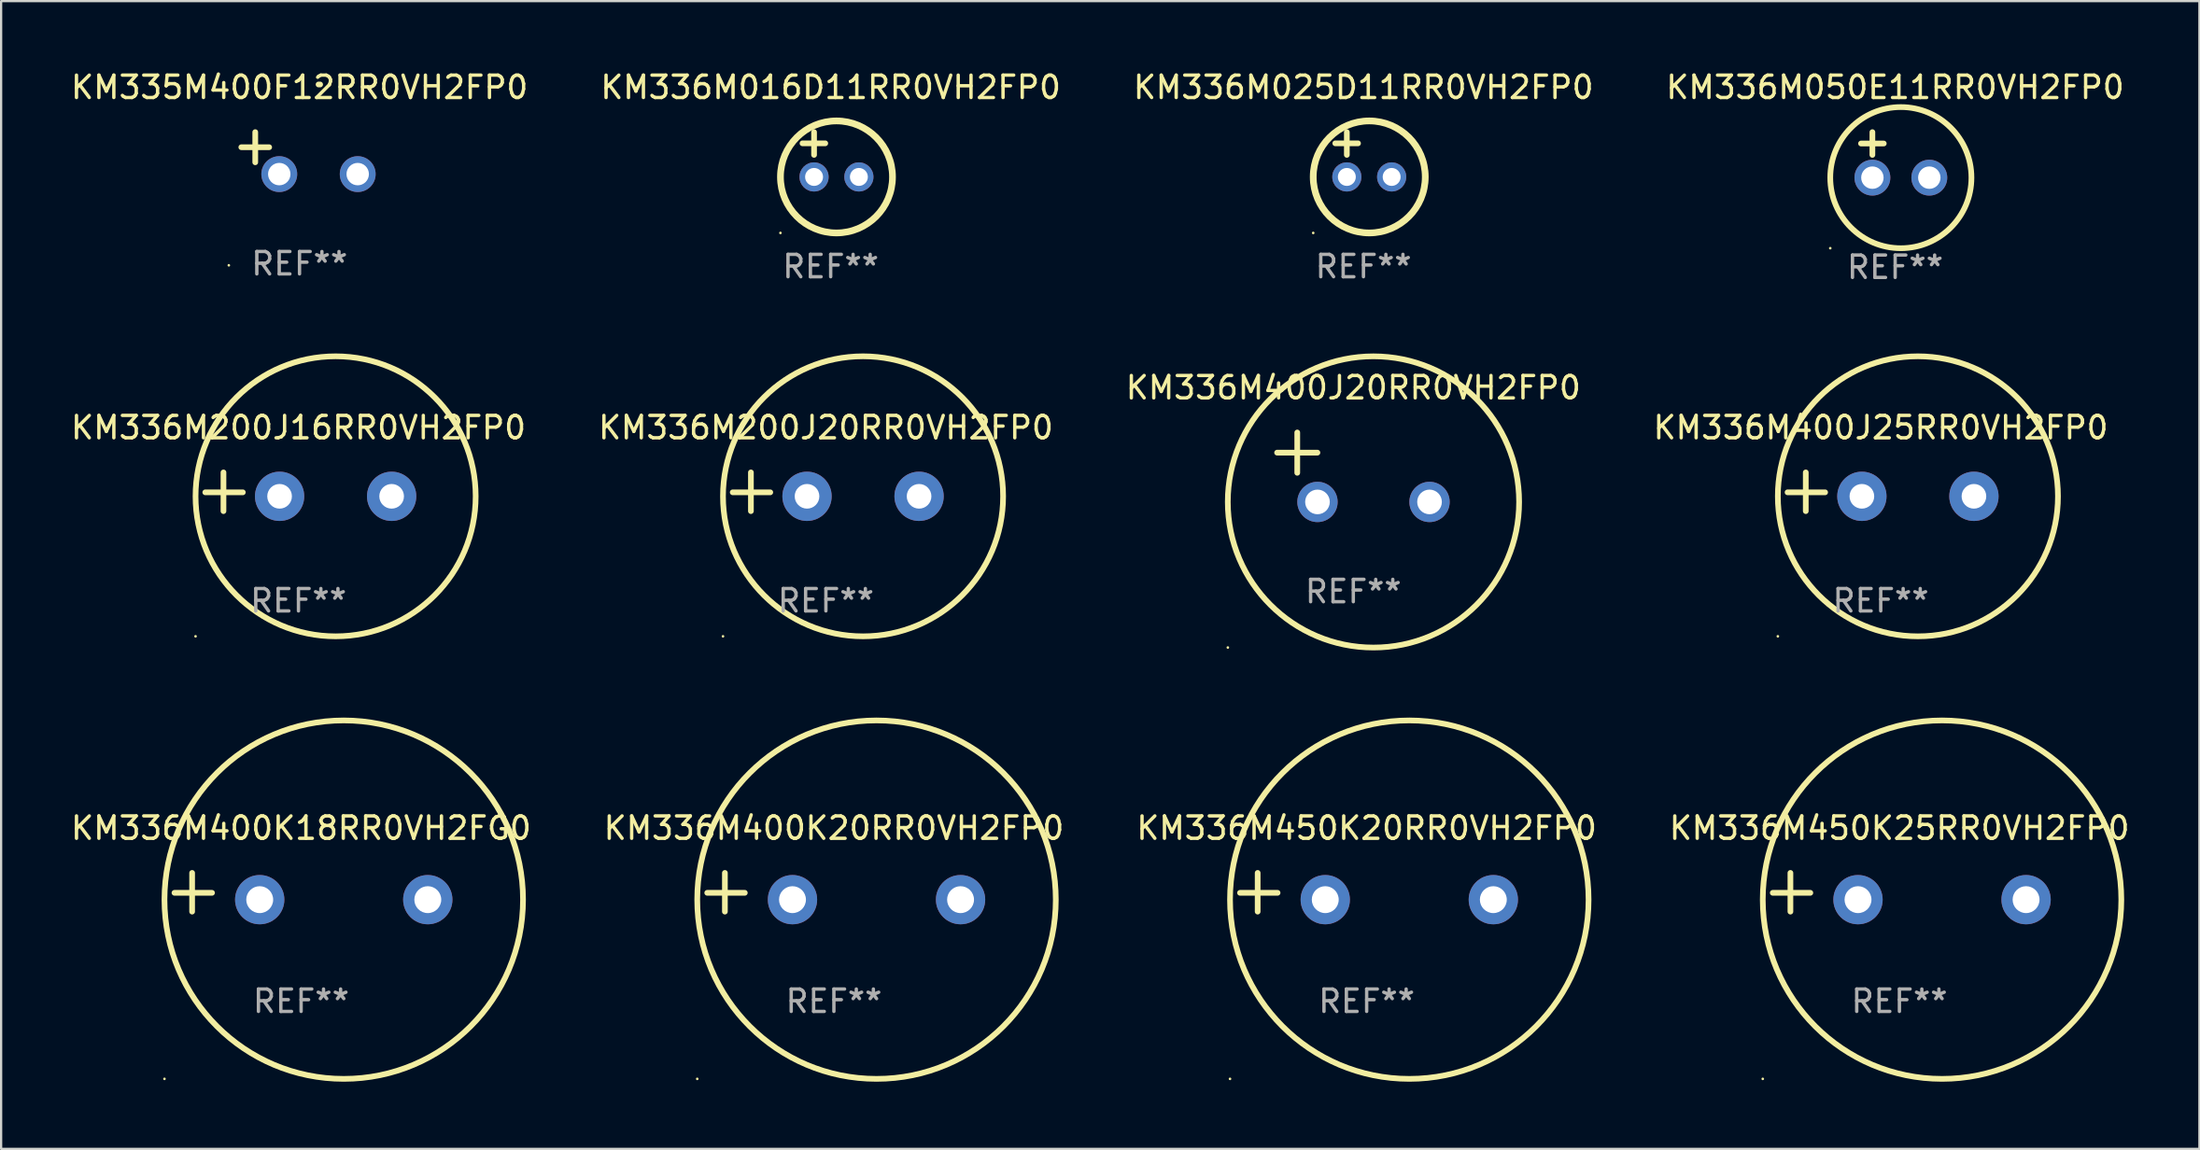
<source format=kicad_pcb>
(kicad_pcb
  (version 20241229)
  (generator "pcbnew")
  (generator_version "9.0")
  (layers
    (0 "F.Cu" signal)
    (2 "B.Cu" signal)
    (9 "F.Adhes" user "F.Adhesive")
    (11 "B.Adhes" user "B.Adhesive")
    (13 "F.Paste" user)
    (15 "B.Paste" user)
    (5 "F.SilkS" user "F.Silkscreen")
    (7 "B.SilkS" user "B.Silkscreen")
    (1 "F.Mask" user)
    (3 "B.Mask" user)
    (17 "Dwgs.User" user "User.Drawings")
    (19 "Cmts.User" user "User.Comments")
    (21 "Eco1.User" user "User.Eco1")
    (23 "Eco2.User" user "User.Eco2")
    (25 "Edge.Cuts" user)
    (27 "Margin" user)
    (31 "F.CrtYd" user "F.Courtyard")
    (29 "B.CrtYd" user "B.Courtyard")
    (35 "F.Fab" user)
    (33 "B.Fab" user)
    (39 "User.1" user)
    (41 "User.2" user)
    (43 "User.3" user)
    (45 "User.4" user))
  (footprint "KM336M450K25RR0VH2FP0"
    (layer "F.Cu")
    (at 81.708 36.78)
    (property "Reference" "KM336M450K25RR0VH2FP0" (at 0 -2.864 0) (layer "F.SilkS") (effects (font (size 1 1) (thickness 0.15))))
    (attr through_hole)
    (fp_line (start -4.864 0.864) (end -4.864 -0.864) (stroke (width 0.254) (type solid)) (layer "F.SilkS"))
    (fp_line (start -3.975 0.025) (end -5.652 0.025) (stroke (width 0.254) (type solid)) (layer "F.SilkS"))
    (fp_circle (center -6.098 8.33) (end -6.068 8.33) (stroke (width 0.06) (type solid)) (fill no) (layer "F.SilkS"))
    (fp_circle (center 1.902 0.33) (end 9.902 0.33) (stroke (width 0.254) (type solid)) (fill no) (layer "F.SilkS"))
    (fp_text user "REF**" (at 0 4.864 0) (layer "F.Fab") (effects (font (size 1 1) (thickness 0.15))))
    (pad "1" thru_hole circle (at -1.848 0.33) (size 2.2 2.2) (drill 1.2) (layers "*.Cu" "*.Mask"))
    (pad "2" thru_hole circle (at 5.652 0.33) (size 2.2 2.2) (drill 1.2) (layers "*.Cu" "*.Mask")))
  (footprint "KM336M400K18RR0VH2FG0"
    (layer "F.Cu")
    (at 10.387 36.78)
    (property "Reference" "KM336M400K18RR0VH2FG0" (at 0 -2.864 0) (layer "F.SilkS") (effects (font (size 1 1) (thickness 0.15))))
    (attr through_hole)
    (fp_line (start -4.864 0.864) (end -4.864 -0.864) (stroke (width 0.254) (type solid)) (layer "F.SilkS"))
    (fp_line (start -3.975 0.025) (end -5.652 0.025) (stroke (width 0.254) (type solid)) (layer "F.SilkS"))
    (fp_circle (center -6.098 8.33) (end -6.068 8.33) (stroke (width 0.06) (type solid)) (fill no) (layer "F.SilkS"))
    (fp_circle (center 1.902 0.33) (end 9.902 0.33) (stroke (width 0.254) (type solid)) (fill no) (layer "F.SilkS"))
    (fp_text user "REF**" (at 0 4.864 0) (layer "F.Fab") (effects (font (size 1 1) (thickness 0.15))))
    (pad "1" thru_hole circle (at -1.848 0.33) (size 2.2 2.2) (drill 1.2) (layers "*.Cu" "*.Mask"))
    (pad "2" thru_hole circle (at 5.652 0.33) (size 2.2 2.2) (drill 1.2) (layers "*.Cu" "*.Mask")))
  (footprint "KM336M400K20RR0VH2FP0"
    (layer "F.Cu")
    (at 34.161 36.78)
    (property "Reference" "KM336M400K20RR0VH2FP0" (at 0 -2.864 0) (layer "F.SilkS") (effects (font (size 1 1) (thickness 0.15))))
    (attr through_hole)
    (fp_line (start -4.864 0.864) (end -4.864 -0.864) (stroke (width 0.254) (type solid)) (layer "F.SilkS"))
    (fp_line (start -3.975 0.025) (end -5.652 0.025) (stroke (width 0.254) (type solid)) (layer "F.SilkS"))
    (fp_circle (center -6.098 8.33) (end -6.068 8.33) (stroke (width 0.06) (type solid)) (fill no) (layer "F.SilkS"))
    (fp_circle (center 1.902 0.33) (end 9.902 0.33) (stroke (width 0.254) (type solid)) (fill no) (layer "F.SilkS"))
    (fp_text user "REF**" (at 0 4.864 0) (layer "F.Fab") (effects (font (size 1 1) (thickness 0.15))))
    (pad "1" thru_hole circle (at -1.848 0.33) (size 2.2 2.2) (drill 1.2) (layers "*.Cu" "*.Mask"))
    (pad "2" thru_hole circle (at 5.652 0.33) (size 2.2 2.2) (drill 1.2) (layers "*.Cu" "*.Mask")))
  (footprint "KM335M400F12RR0VH2FP0"
    (layer "F.Cu")
    (at 10.315 3.785)
    (property "Reference" "KM335M400F12RR0VH2FP0" (at 0 -2.937 0) (layer "F.SilkS") (effects (font (size 1 1) (thickness 0.15))))
    (attr through_hole)
    (fp_line (start -1.975 0.41) (end -1.975 -0.937) (stroke (width 0.254) (type solid)) (layer "F.SilkS"))
    (fp_line (start -1.353 -0.263) (end -2.597 -0.263) (stroke (width 0.254) (type solid)) (layer "F.SilkS"))
    (fp_arc (start 0.849809 -3.063957) (mid 0.885369 -3.064114) (end 0.920929 -3.063957) (stroke (width 0.254001) (type solid)) (layer "F.SilkS"))
    (fp_circle (center -3.154 5.008) (end -3.124 5.008) (stroke (width 0.06) (type solid)) (fill no) (layer "F.SilkS"))
    (fp_text user "REF**" (at 0 4.937 0) (layer "F.Fab") (effects (font (size 1 1) (thickness 0.15))))
    (pad "1" thru_hole circle (at -0.903 0.937) (size 1.6 1.6) (drill 1) (layers "*.Cu" "*.Mask"))
    (pad "2" thru_hole circle (at 2.597 0.937) (size 1.6 1.6) (drill 1) (layers "*.Cu" "*.Mask")))
  (footprint "KM336M200J20RR0VH2FP0"
    (layer "F.Cu")
    (at 33.804 18.902)
    (property "Reference" "KM336M200J20RR0VH2FP0" (at 0 -2.864 0) (layer "F.SilkS") (effects (font (size 1 1) (thickness 0.15))))
    (attr through_hole)
    (fp_line (start -3.346 0.864) (end -3.346 -0.864) (stroke (width 0.254) (type solid)) (layer "F.SilkS"))
    (fp_line (start -2.482 0.025) (end -4.158 0.025) (stroke (width 0.254) (type solid)) (layer "F.SilkS"))
    (fp_circle (center -4.592 6.453) (end -4.562 6.453) (stroke (width 0.06) (type solid)) (fill no) (layer "F.SilkS"))
    (fp_circle (center 1.658 0.203) (end 7.908 0.203) (stroke (width 0.254) (type solid)) (fill no) (layer "F.SilkS"))
    (fp_text user "REF**" (at 0 4.864 0) (layer "F.Fab") (effects (font (size 1 1) (thickness 0.15))))
    (pad "1" thru_hole circle (at -0.842 0.203) (size 2.2 2.2) (drill 1.1) (layers "*.Cu" "*.Mask"))
    (pad "2" thru_hole circle (at 4.158 0.203) (size 2.2 2.2) (drill 1.1) (layers "*.Cu" "*.Mask")))
  (footprint "KM336M400J25RR0VH2FP0"
    (layer "F.Cu")
    (at 80.875 18.902)
    (property "Reference" "KM336M400J25RR0VH2FP0" (at 0 -2.864 0) (layer "F.SilkS") (effects (font (size 1 1) (thickness 0.15))))
    (attr through_hole)
    (fp_line (start -3.346 0.864) (end -3.346 -0.864) (stroke (width 0.254) (type solid)) (layer "F.SilkS"))
    (fp_line (start -2.482 0.025) (end -4.158 0.025) (stroke (width 0.254) (type solid)) (layer "F.SilkS"))
    (fp_circle (center -4.592 6.453) (end -4.562 6.453) (stroke (width 0.06) (type solid)) (fill no) (layer "F.SilkS"))
    (fp_circle (center 1.658 0.203) (end 7.908 0.203) (stroke (width 0.254) (type solid)) (fill no) (layer "F.SilkS"))
    (fp_text user "REF**" (at 0 4.864 0) (layer "F.Fab") (effects (font (size 1 1) (thickness 0.15))))
    (pad "1" thru_hole circle (at -0.842 0.203) (size 2.2 2.2) (drill 1.1) (layers "*.Cu" "*.Mask"))
    (pad "2" thru_hole circle (at 4.158 0.203) (size 2.2 2.2) (drill 1.1) (layers "*.Cu" "*.Mask")))
  (footprint "KM336M450K20RR0VH2FP0"
    (layer "F.Cu")
    (at 57.935 36.78)
    (property "Reference" "KM336M450K20RR0VH2FP0" (at 0 -2.864 0) (layer "F.SilkS") (effects (font (size 1 1) (thickness 0.15))))
    (attr through_hole)
    (fp_line (start -4.864 0.864) (end -4.864 -0.864) (stroke (width 0.254) (type solid)) (layer "F.SilkS"))
    (fp_line (start -3.975 0.025) (end -5.652 0.025) (stroke (width 0.254) (type solid)) (layer "F.SilkS"))
    (fp_circle (center -6.098 8.33) (end -6.068 8.33) (stroke (width 0.06) (type solid)) (fill no) (layer "F.SilkS"))
    (fp_circle (center 1.902 0.33) (end 9.902 0.33) (stroke (width 0.254) (type solid)) (fill no) (layer "F.SilkS"))
    (fp_text user "REF**" (at 0 4.864 0) (layer "F.Fab") (effects (font (size 1 1) (thickness 0.15))))
    (pad "1" thru_hole circle (at -1.848 0.33) (size 2.2 2.2) (drill 1.2) (layers "*.Cu" "*.Mask"))
    (pad "2" thru_hole circle (at 5.652 0.33) (size 2.2 2.2) (drill 1.2) (layers "*.Cu" "*.Mask")))
  (footprint "KM336M050E11RR0VH2FP0"
    (layer "F.Cu")
    (at 81.518 3.864)
    (property "Reference" "KM336M050E11RR0VH2FP0" (at 0 -3.016 0) (layer "F.SilkS") (effects (font (size 1 1) (thickness 0.15))))
    (attr through_hole)
    (fp_line (start -1.524 -0.508) (end -0.508 -0.508) (stroke (width 0.254) (type solid)) (layer "F.SilkS"))
    (fp_line (start -1.016 -1.016) (end -1.016 0) (stroke (width 0.254) (type solid)) (layer "F.SilkS"))
    (fp_circle (center -2.896 4.166) (end -2.866 4.166) (stroke (width 0.06) (type solid)) (fill no) (layer "F.SilkS"))
    (fp_circle (center 0.254 1.016) (end 3.404 1.016) (stroke (width 0.254) (type solid)) (fill no) (layer "F.SilkS"))
    (fp_text user "REF**" (at 0 5.016 0) (layer "F.Fab") (effects (font (size 1 1) (thickness 0.15))))
    (pad "1" thru_hole circle (at -1.016 1.016) (size 1.6 1.6) (drill 1) (layers "*.Cu" "*.Mask"))
    (pad "2" thru_hole circle (at 1.524 1.016) (size 1.6 1.6) (drill 1) (layers "*.Cu" "*.Mask")))
  (footprint "KM336M400J20RR0VH2FP0"
    (layer "F.Cu")
    (at 57.339 17.806)
    (property "Reference" "KM336M400J20RR0VH2FP0" (at 0 -3.55 0) (layer "F.SilkS") (effects (font (size 1 1) (thickness 0.15))))
    (attr through_hole)
    (fp_line (start -3.401 -0.65) (end -1.601 -0.65) (stroke (width 0.254) (type solid)) (layer "F.SilkS"))
    (fp_line (start -2.501 -1.55) (end -2.501 0.25) (stroke (width 0.254) (type solid)) (layer "F.SilkS"))
    (fp_circle (center -5.599 8.05) (end -5.569 8.05) (stroke (width 0.06) (type solid)) (fill no) (layer "F.SilkS"))
    (fp_circle (center 0.899 1.55) (end 7.399 1.55) (stroke (width 0.254) (type solid)) (fill no) (layer "F.SilkS"))
    (fp_text user "REF**" (at 0 5.55 0) (layer "F.Fab") (effects (font (size 1 1) (thickness 0.15))))
    (pad "1" thru_hole circle (at -1.599 1.55) (size 1.8 1.8) (drill 1.1) (layers "*.Cu" "*.Mask"))
    (pad "2" thru_hole circle (at 3.401 1.55) (size 1.8 1.8) (drill 1.1) (layers "*.Cu" "*.Mask")))
  (footprint "KM336M016D11RR0VH2FP0"
    (layer "F.Cu")
    (at 34.018 3.848)
    (property "Reference" "KM336M016D11RR0VH2FP0" (at 0 -3 0) (layer "F.SilkS") (effects (font (size 1 1) (thickness 0.15))))
    (attr through_hole)
    (fp_line (start -1.258 -0.5) (end -0.242 -0.5) (stroke (width 0.254) (type solid)) (layer "F.SilkS"))
    (fp_line (start -0.742 -1) (end -0.742 0.016) (stroke (width 0.254) (type solid)) (layer "F.SilkS"))
    (fp_circle (center -2.242 3.5) (end -2.212 3.5) (stroke (width 0.06) (type solid)) (fill no) (layer "F.SilkS"))
    (fp_circle (center 0.258 1) (end 2.758 1) (stroke (width 0.3) (type solid)) (fill no) (layer "F.SilkS"))
    (fp_text user "REF**" (at 0 5 0) (layer "F.Fab") (effects (font (size 1 1) (thickness 0.15))))
    (pad "1" thru_hole circle (at -0.742 1) (size 1.3 1.3) (drill 0.8) (layers "*.Cu" "*.Mask"))
    (pad "2" thru_hole circle (at 1.258 1) (size 1.3 1.3) (drill 0.8) (layers "*.Cu" "*.Mask")))
  (footprint "KM336M025D11RR0VH2FP0"
    (layer "F.Cu")
    (at 57.792 3.848)
    (property "Reference" "KM336M025D11RR0VH2FP0" (at 0 -3 0) (layer "F.SilkS") (effects (font (size 1 1) (thickness 0.15))))
    (attr through_hole)
    (fp_line (start -1.258 -0.5) (end -0.242 -0.5) (stroke (width 0.254) (type solid)) (layer "F.SilkS"))
    (fp_line (start -0.742 -1) (end -0.742 0.016) (stroke (width 0.254) (type solid)) (layer "F.SilkS"))
    (fp_circle (center -2.242 3.5) (end -2.212 3.5) (stroke (width 0.06) (type solid)) (fill no) (layer "F.SilkS"))
    (fp_circle (center 0.258 1) (end 2.758 1) (stroke (width 0.3) (type solid)) (fill no) (layer "F.SilkS"))
    (fp_text user "REF**" (at 0 5 0) (layer "F.Fab") (effects (font (size 1 1) (thickness 0.15))))
    (pad "1" thru_hole circle (at -0.742 1) (size 1.3 1.3) (drill 0.8) (layers "*.Cu" "*.Mask"))
    (pad "2" thru_hole circle (at 1.258 1) (size 1.3 1.3) (drill 0.8) (layers "*.Cu" "*.Mask")))
  (footprint "KM336M200J16RR0VH2FP0"
    (layer "F.Cu")
    (at 10.268 18.902)
    (property "Reference" "KM336M200J16RR0VH2FP0" (at 0 -2.864 0) (layer "F.SilkS") (effects (font (size 1 1) (thickness 0.15))))
    (attr through_hole)
    (fp_line (start -3.346 0.864) (end -3.346 -0.864) (stroke (width 0.254) (type solid)) (layer "F.SilkS"))
    (fp_line (start -2.482 0.025) (end -4.158 0.025) (stroke (width 0.254) (type solid)) (layer "F.SilkS"))
    (fp_circle (center -4.592 6.453) (end -4.562 6.453) (stroke (width 0.06) (type solid)) (fill no) (layer "F.SilkS"))
    (fp_circle (center 1.658 0.203) (end 7.908 0.203) (stroke (width 0.254) (type solid)) (fill no) (layer "F.SilkS"))
    (fp_text user "REF**" (at 0 4.864 0) (layer "F.Fab") (effects (font (size 1 1) (thickness 0.15))))
    (pad "1" thru_hole circle (at -0.842 0.203) (size 2.2 2.2) (drill 1.1) (layers "*.Cu" "*.Mask"))
    (pad "2" thru_hole circle (at 4.158 0.203) (size 2.2 2.2) (drill 1.1) (layers "*.Cu" "*.Mask")))
  (gr_rect
    (start -3 -3)
    (end 95.095 48.237)
    (stroke (width 0.1) (type default))
    (fill no)
    (layer "Edge.Cuts")))
</source>
